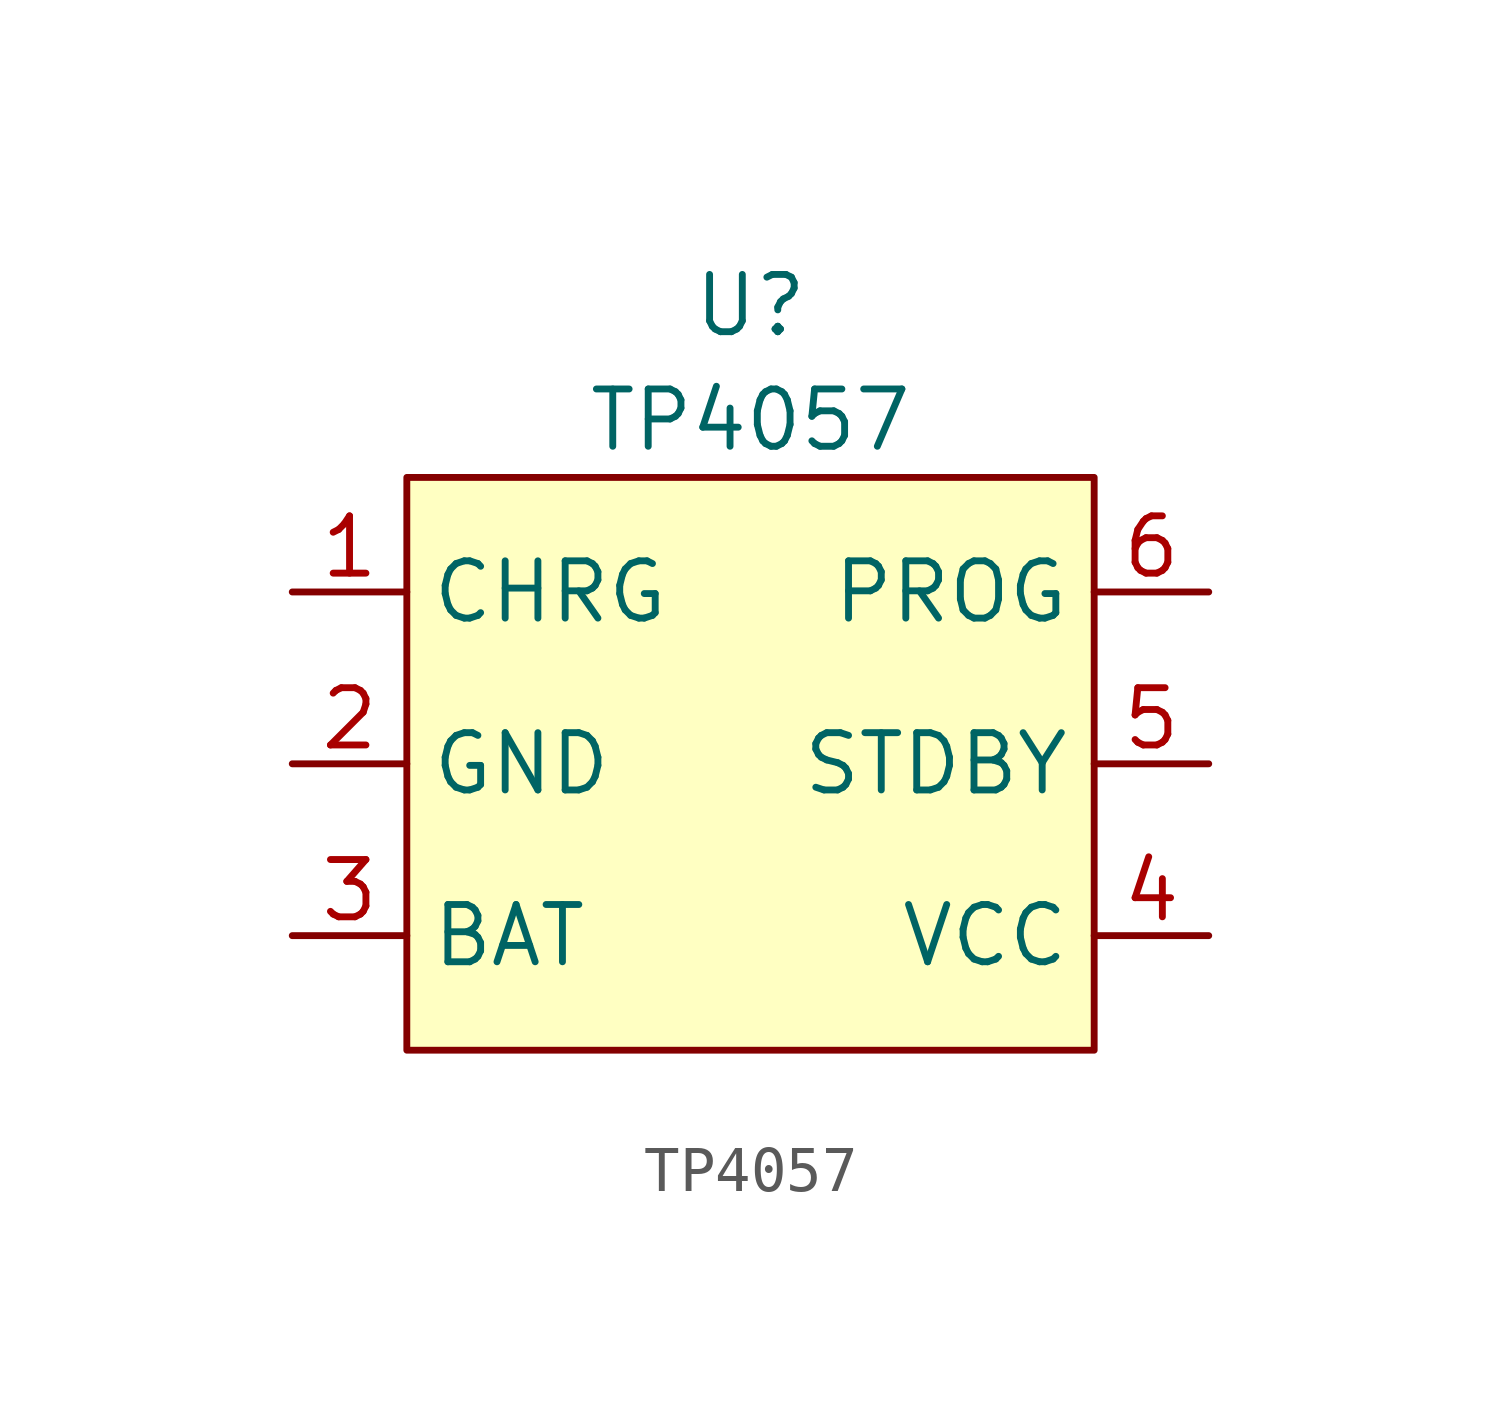
<source format=kicad_sym>
(kicad_symbol_lib
  (version 20211014)
  (generator kicad_symbol_editor)
  (symbol "MY_Power:TP4057"
    (property "Reference" "U"
      (at 0 10.16 0)
      (effects (font (size 1.27 1.27))))
    (property "Value" "TP4057"
      (at 0 7.62 0)
      (effects (font (size 1.27 1.27))))
    (symbol "TP4057_0_1"
      (rectangle (start -7.62 6.35) (end 7.62 -6.35) (stroke (width 0.152) (type default) (color 0 0 0 0)) (fill (type background))))
    (symbol "TP4057_1_1"
      (pin bidirectional line (at -10.16 3.81 0) (length 2.54) (name "CHRG" (effects (font (size 1.27 1.27)))) (number "1" (effects (font (size 1.27 1.27)))))
      (pin power_in line (at -10.16 0 0) (length 2.54) (name "GND" (effects (font (size 1.27 1.27)))) (number "2" (effects (font (size 1.27 1.27)))))
      (pin power_out line (at -10.16 -3.81 0) (length 2.54) (name "BAT" (effects (font (size 1.27 1.27)))) (number "3" (effects (font (size 1.27 1.27)))))
      (pin power_in line (at 10.16 -3.81 180) (length 2.54) (name "VCC" (effects (font (size 1.27 1.27)))) (number "4" (effects (font (size 1.27 1.27)))))
      (pin bidirectional line (at 10.16 0 180) (length 2.54) (name "STDBY" (effects (font (size 1.27 1.27)))) (number "5" (effects (font (size 1.27 1.27)))))
      (pin bidirectional line (at 10.16 3.81 180) (length 2.54) (name "PROG" (effects (font (size 1.27 1.27)))) (number "6" (effects (font (size 1.27 1.27))))))))
</source>
